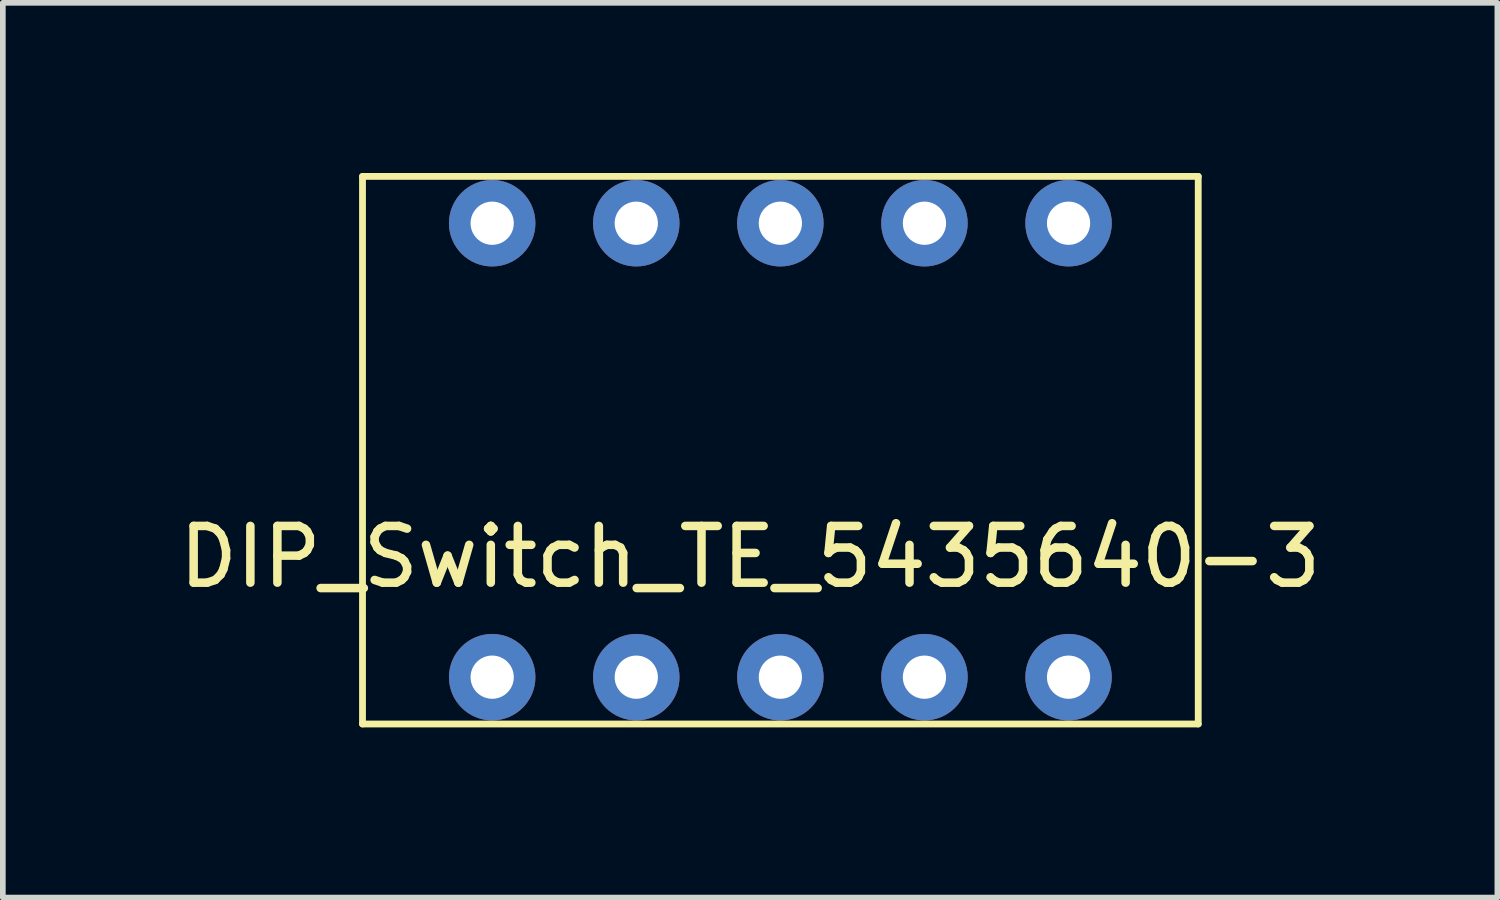
<source format=kicad_pcb>
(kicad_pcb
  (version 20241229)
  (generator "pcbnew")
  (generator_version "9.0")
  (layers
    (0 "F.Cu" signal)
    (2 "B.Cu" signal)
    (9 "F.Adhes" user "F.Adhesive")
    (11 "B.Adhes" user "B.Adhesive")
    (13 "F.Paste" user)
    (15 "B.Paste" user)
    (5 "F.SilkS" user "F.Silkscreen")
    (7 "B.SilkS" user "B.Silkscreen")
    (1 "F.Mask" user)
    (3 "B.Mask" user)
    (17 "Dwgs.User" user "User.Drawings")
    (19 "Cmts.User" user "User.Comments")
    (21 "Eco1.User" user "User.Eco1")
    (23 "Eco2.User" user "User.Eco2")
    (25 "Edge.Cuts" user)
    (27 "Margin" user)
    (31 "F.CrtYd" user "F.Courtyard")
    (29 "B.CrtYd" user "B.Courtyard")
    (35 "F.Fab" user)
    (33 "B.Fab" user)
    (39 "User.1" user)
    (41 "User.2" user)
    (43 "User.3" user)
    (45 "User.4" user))
  (footprint "DIP_Switch_TE_5435640-3"
    (layer "F.Cu")
    (at 10.706 4.886)
    (property "Reference" "DIP_Switch_TE_5435640-3" (at -0.533 1.88 0) (layer "F.SilkS") (effects (font (size 1 1) (thickness 0.15))))
    (attr through_hole)
    (fp_line (start -7.366 -4.826) (end 7.366 -4.826) (stroke (width 0.12) (type solid)) (layer "F.SilkS"))
    (fp_line (start -7.366 4.826) (end -7.366 -4.826) (stroke (width 0.12) (type solid)) (layer "F.SilkS"))
    (fp_line (start 7.366 -4.826) (end 7.366 4.826) (stroke (width 0.12) (type solid)) (layer "F.SilkS"))
    (fp_line (start 7.366 4.826) (end -7.366 4.826) (stroke (width 0.12) (type solid)) (layer "F.SilkS"))
    (pad "1" thru_hole circle (at -5.08 -4.001) (size 1.524 1.524) (drill 0.762) (layers "*.Cu" "*.Mask"))
    (pad "2" thru_hole circle (at -2.54 -4.001) (size 1.524 1.524) (drill 0.762) (layers "*.Cu" "*.Mask"))
    (pad "3" thru_hole circle (at 0 -4.001) (size 1.524 1.524) (drill 0.762) (layers "*.Cu" "*.Mask"))
    (pad "4" thru_hole circle (at 2.54 -4.001) (size 1.524 1.524) (drill 0.762) (layers "*.Cu" "*.Mask"))
    (pad "5" thru_hole circle (at 5.08 -4.001) (size 1.524 1.524) (drill 0.762) (layers "*.Cu" "*.Mask"))
    (pad "6" thru_hole circle (at 5.08 4.001) (size 1.524 1.524) (drill 0.762) (layers "*.Cu" "*.Mask"))
    (pad "7" thru_hole circle (at 2.54 4.001) (size 1.524 1.524) (drill 0.762) (layers "*.Cu" "*.Mask"))
    (pad "8" thru_hole circle (at 0 4.001) (size 1.524 1.524) (drill 0.762) (layers "*.Cu" "*.Mask"))
    (pad "9" thru_hole circle (at -2.54 4.001) (size 1.524 1.524) (drill 0.762) (layers "*.Cu" "*.Mask"))
    (pad "10" thru_hole circle (at -5.08 4.001) (size 1.524 1.524) (drill 0.762) (layers "*.Cu" "*.Mask")))
  (gr_rect
    (start -3 -3)
    (end 23.345 12.772)
    (stroke (width 0.1) (type default))
    (fill no)
    (layer "Edge.Cuts")))
</source>
